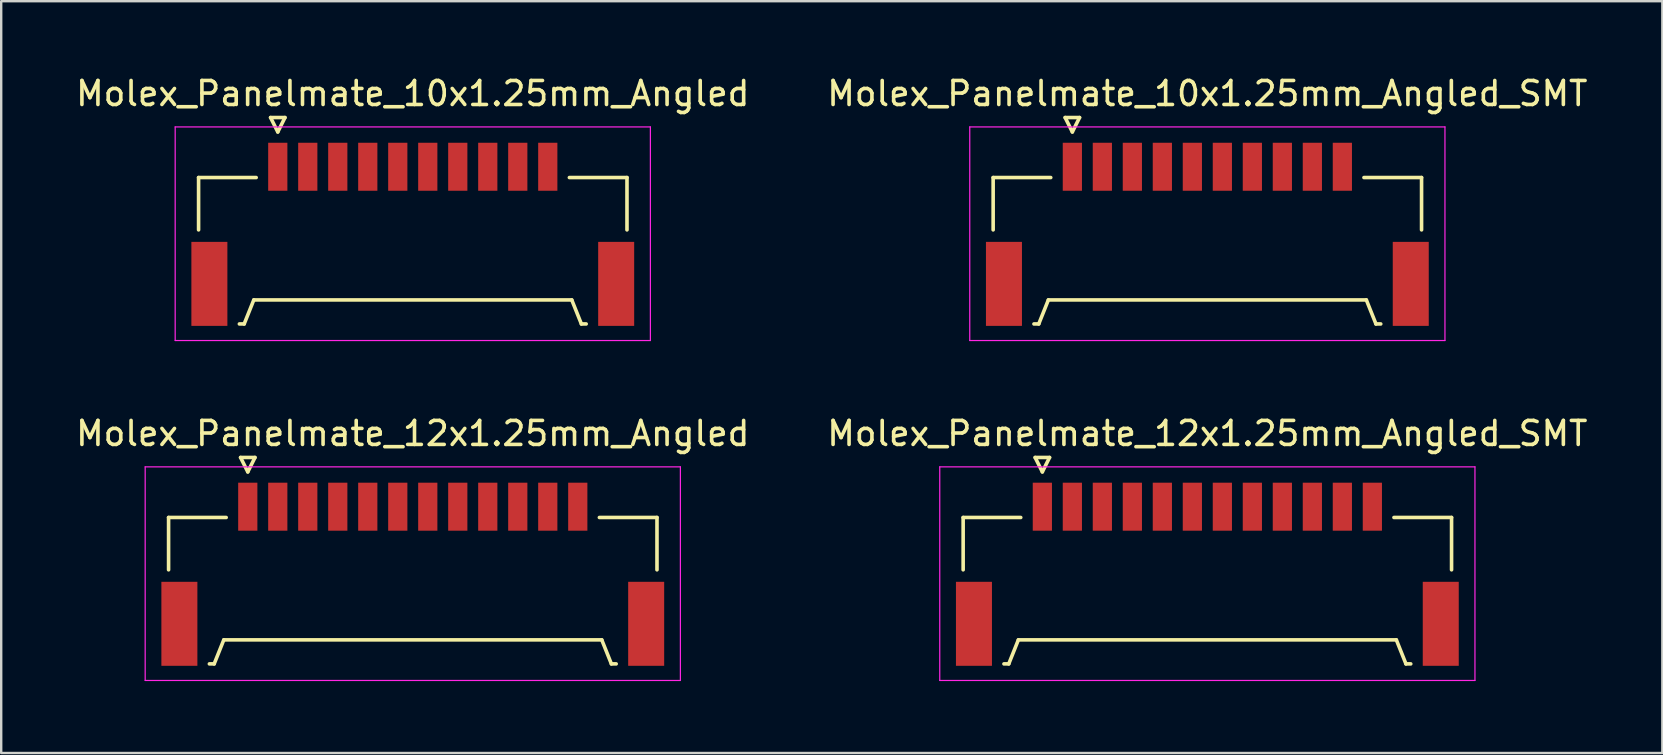
<source format=kicad_pcb>
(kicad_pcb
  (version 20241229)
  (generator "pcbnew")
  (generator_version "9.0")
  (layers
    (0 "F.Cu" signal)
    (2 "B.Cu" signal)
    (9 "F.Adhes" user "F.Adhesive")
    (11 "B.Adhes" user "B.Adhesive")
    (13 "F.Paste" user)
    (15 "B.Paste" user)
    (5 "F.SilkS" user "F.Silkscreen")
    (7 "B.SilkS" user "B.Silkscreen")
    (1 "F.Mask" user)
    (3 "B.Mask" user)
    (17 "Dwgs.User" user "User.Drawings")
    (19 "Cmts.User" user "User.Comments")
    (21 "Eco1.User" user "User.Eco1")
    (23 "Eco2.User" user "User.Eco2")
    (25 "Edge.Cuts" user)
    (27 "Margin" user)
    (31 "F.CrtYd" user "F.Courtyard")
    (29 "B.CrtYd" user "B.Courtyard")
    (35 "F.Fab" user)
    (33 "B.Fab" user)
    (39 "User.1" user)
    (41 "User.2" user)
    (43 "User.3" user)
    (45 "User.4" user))
  (footprint "Molex_Panelmate_10x1.25mm_Angled"
    (layer "F.Cu")
    (at 14.149 6.338)
    (property "Reference" "Molex_Panelmate_10x1.25mm_Angled" (at 0 -5.49 0) (layer "F.SilkS") (effects (font (size 1 1) (thickness 0.15))))
    (attr smd)
    (fp_line (start -8.925 -1.99) (end -8.925 0.19) (stroke (width 0.15) (type solid)) (layer "F.SilkS"))
    (fp_line (start -7.225 4.11) (end -7.025 4.11) (stroke (width 0.15) (type solid)) (layer "F.SilkS"))
    (fp_line (start -7.025 4.11) (end -6.625 3.11) (stroke (width 0.15) (type solid)) (layer "F.SilkS"))
    (fp_line (start -6.625 3.11) (end 6.625 3.11) (stroke (width 0.15) (type solid)) (layer "F.SilkS"))
    (fp_line (start -6.525 -1.99) (end -8.925 -1.99) (stroke (width 0.15) (type solid)) (layer "F.SilkS"))
    (fp_line (start -5.925 -4.49) (end -5.625 -3.89) (stroke (width 0.15) (type solid)) (layer "F.SilkS"))
    (fp_line (start -5.625 -3.89) (end -5.325 -4.49) (stroke (width 0.15) (type solid)) (layer "F.SilkS"))
    (fp_line (start -5.325 -4.49) (end -5.925 -4.49) (stroke (width 0.15) (type solid)) (layer "F.SilkS"))
    (fp_line (start 6.525 -1.99) (end 8.925 -1.99) (stroke (width 0.15) (type solid)) (layer "F.SilkS"))
    (fp_line (start 6.625 3.11) (end 7.025 4.11) (stroke (width 0.15) (type solid)) (layer "F.SilkS"))
    (fp_line (start 7.025 4.11) (end 7.225 4.11) (stroke (width 0.15) (type solid)) (layer "F.SilkS"))
    (fp_line (start 8.925 -1.99) (end 8.925 0.19) (stroke (width 0.15) (type solid)) (layer "F.SilkS"))
    (fp_line (start -9.9 -4.1) (end -9.9 4.8) (stroke (width 0.05) (type solid)) (layer "F.CrtYd"))
    (fp_line (start -9.9 4.8) (end 9.9 4.8) (stroke (width 0.05) (type solid)) (layer "F.CrtYd"))
    (fp_line (start 9.9 -4.1) (end -9.9 -4.1) (stroke (width 0.05) (type solid)) (layer "F.CrtYd"))
    (fp_line (start 9.9 4.8) (end 9.9 -4.1) (stroke (width 0.05) (type solid)) (layer "F.CrtYd"))
    (pad "" smd rect (at -8.475 2.44) (size 1.5 3.5) (layers "F.Cu" "F.Mask" "F.Paste"))
    (pad "" smd rect (at 8.475 2.44) (size 1.5 3.5) (layers "F.Cu" "F.Mask" "F.Paste"))
    (pad "1" smd rect (at -5.625 -2.44) (size 0.8 2) (layers "F.Cu" "F.Mask" "F.Paste"))
    (pad "2" smd rect (at -4.375 -2.44) (size 0.8 2) (layers "F.Cu" "F.Mask" "F.Paste"))
    (pad "3" smd rect (at -3.125 -2.44) (size 0.8 2) (layers "F.Cu" "F.Mask" "F.Paste"))
    (pad "4" smd rect (at -1.875 -2.44) (size 0.8 2) (layers "F.Cu" "F.Mask" "F.Paste"))
    (pad "5" smd rect (at -0.625 -2.44) (size 0.8 2) (layers "F.Cu" "F.Mask" "F.Paste"))
    (pad "6" smd rect (at 0.625 -2.44) (size 0.8 2) (layers "F.Cu" "F.Mask" "F.Paste"))
    (pad "7" smd rect (at 1.875 -2.44) (size 0.8 2) (layers "F.Cu" "F.Mask" "F.Paste"))
    (pad "8" smd rect (at 3.125 -2.44) (size 0.8 2) (layers "F.Cu" "F.Mask" "F.Paste"))
    (pad "9" smd rect (at 4.375 -2.44) (size 0.8 2) (layers "F.Cu" "F.Mask" "F.Paste"))
    (pad "10" smd rect (at 5.625 -2.44) (size 0.8 2) (layers "F.Cu" "F.Mask" "F.Paste")))
  (footprint "Molex_Panelmate_12x1.25mm_Angled_SMT"
    (layer "F.Cu")
    (at 47.256 20.502)
    (property "Reference" "Molex_Panelmate_12x1.25mm_Angled_SMT" (at 0 -5.49 0) (layer "F.SilkS") (effects (font (size 1 1) (thickness 0.15))))
    (attr smd)
    (fp_line (start -10.175 -1.99) (end -10.175 0.19) (stroke (width 0.15) (type solid)) (layer "F.SilkS"))
    (fp_line (start -8.475 4.11) (end -8.275 4.11) (stroke (width 0.15) (type solid)) (layer "F.SilkS"))
    (fp_line (start -8.275 4.11) (end -7.875 3.11) (stroke (width 0.15) (type solid)) (layer "F.SilkS"))
    (fp_line (start -7.875 3.11) (end 7.875 3.11) (stroke (width 0.15) (type solid)) (layer "F.SilkS"))
    (fp_line (start -7.775 -1.99) (end -10.175 -1.99) (stroke (width 0.15) (type solid)) (layer "F.SilkS"))
    (fp_line (start -7.175 -4.49) (end -6.875 -3.89) (stroke (width 0.15) (type solid)) (layer "F.SilkS"))
    (fp_line (start -6.875 -3.89) (end -6.575 -4.49) (stroke (width 0.15) (type solid)) (layer "F.SilkS"))
    (fp_line (start -6.575 -4.49) (end -7.175 -4.49) (stroke (width 0.15) (type solid)) (layer "F.SilkS"))
    (fp_line (start 7.775 -1.99) (end 10.175 -1.99) (stroke (width 0.15) (type solid)) (layer "F.SilkS"))
    (fp_line (start 7.875 3.11) (end 8.275 4.11) (stroke (width 0.15) (type solid)) (layer "F.SilkS"))
    (fp_line (start 8.275 4.11) (end 8.475 4.11) (stroke (width 0.15) (type solid)) (layer "F.SilkS"))
    (fp_line (start 10.175 -1.99) (end 10.175 0.19) (stroke (width 0.15) (type solid)) (layer "F.SilkS"))
    (fp_line (start -11.15 -4.1) (end -11.15 4.8) (stroke (width 0.05) (type solid)) (layer "F.CrtYd"))
    (fp_line (start -11.15 4.8) (end 11.15 4.8) (stroke (width 0.05) (type solid)) (layer "F.CrtYd"))
    (fp_line (start 11.15 -4.1) (end -11.15 -4.1) (stroke (width 0.05) (type solid)) (layer "F.CrtYd"))
    (fp_line (start 11.15 4.8) (end 11.15 -4.1) (stroke (width 0.05) (type solid)) (layer "F.CrtYd"))
    (pad "" smd rect (at -9.725 2.44) (size 1.5 3.5) (layers "F.Cu" "F.Mask" "F.Paste"))
    (pad "" smd rect (at 9.725 2.44) (size 1.5 3.5) (layers "F.Cu" "F.Mask" "F.Paste"))
    (pad "1" smd rect (at -6.875 -2.44) (size 0.8 2) (layers "F.Cu" "F.Mask" "F.Paste"))
    (pad "2" smd rect (at -5.625 -2.44) (size 0.8 2) (layers "F.Cu" "F.Mask" "F.Paste"))
    (pad "3" smd rect (at -4.375 -2.44) (size 0.8 2) (layers "F.Cu" "F.Mask" "F.Paste"))
    (pad "4" smd rect (at -3.125 -2.44) (size 0.8 2) (layers "F.Cu" "F.Mask" "F.Paste"))
    (pad "5" smd rect (at -1.875 -2.44) (size 0.8 2) (layers "F.Cu" "F.Mask" "F.Paste"))
    (pad "6" smd rect (at -0.625 -2.44) (size 0.8 2) (layers "F.Cu" "F.Mask" "F.Paste"))
    (pad "7" smd rect (at 0.625 -2.44) (size 0.8 2) (layers "F.Cu" "F.Mask" "F.Paste"))
    (pad "8" smd rect (at 1.875 -2.44) (size 0.8 2) (layers "F.Cu" "F.Mask" "F.Paste"))
    (pad "9" smd rect (at 3.125 -2.44) (size 0.8 2) (layers "F.Cu" "F.Mask" "F.Paste"))
    (pad "10" smd rect (at 4.375 -2.44) (size 0.8 2) (layers "F.Cu" "F.Mask" "F.Paste"))
    (pad "11" smd rect (at 5.625 -2.44) (size 0.8 2) (layers "F.Cu" "F.Mask" "F.Paste"))
    (pad "12" smd rect (at 6.875 -2.44) (size 0.8 2) (layers "F.Cu" "F.Mask" "F.Paste")))
  (footprint "Molex_Panelmate_12x1.25mm_Angled"
    (layer "F.Cu")
    (at 14.149 20.502)
    (property "Reference" "Molex_Panelmate_12x1.25mm_Angled" (at 0 -5.49 0) (layer "F.SilkS") (effects (font (size 1 1) (thickness 0.15))))
    (attr smd)
    (fp_line (start -10.175 -1.99) (end -10.175 0.19) (stroke (width 0.15) (type solid)) (layer "F.SilkS"))
    (fp_line (start -8.475 4.11) (end -8.275 4.11) (stroke (width 0.15) (type solid)) (layer "F.SilkS"))
    (fp_line (start -8.275 4.11) (end -7.875 3.11) (stroke (width 0.15) (type solid)) (layer "F.SilkS"))
    (fp_line (start -7.875 3.11) (end 7.875 3.11) (stroke (width 0.15) (type solid)) (layer "F.SilkS"))
    (fp_line (start -7.775 -1.99) (end -10.175 -1.99) (stroke (width 0.15) (type solid)) (layer "F.SilkS"))
    (fp_line (start -7.175 -4.49) (end -6.875 -3.89) (stroke (width 0.15) (type solid)) (layer "F.SilkS"))
    (fp_line (start -6.875 -3.89) (end -6.575 -4.49) (stroke (width 0.15) (type solid)) (layer "F.SilkS"))
    (fp_line (start -6.575 -4.49) (end -7.175 -4.49) (stroke (width 0.15) (type solid)) (layer "F.SilkS"))
    (fp_line (start 7.775 -1.99) (end 10.175 -1.99) (stroke (width 0.15) (type solid)) (layer "F.SilkS"))
    (fp_line (start 7.875 3.11) (end 8.275 4.11) (stroke (width 0.15) (type solid)) (layer "F.SilkS"))
    (fp_line (start 8.275 4.11) (end 8.475 4.11) (stroke (width 0.15) (type solid)) (layer "F.SilkS"))
    (fp_line (start 10.175 -1.99) (end 10.175 0.19) (stroke (width 0.15) (type solid)) (layer "F.SilkS"))
    (fp_line (start -11.15 -4.1) (end -11.15 4.8) (stroke (width 0.05) (type solid)) (layer "F.CrtYd"))
    (fp_line (start -11.15 4.8) (end 11.15 4.8) (stroke (width 0.05) (type solid)) (layer "F.CrtYd"))
    (fp_line (start 11.15 -4.1) (end -11.15 -4.1) (stroke (width 0.05) (type solid)) (layer "F.CrtYd"))
    (fp_line (start 11.15 4.8) (end 11.15 -4.1) (stroke (width 0.05) (type solid)) (layer "F.CrtYd"))
    (pad "" smd rect (at -9.725 2.44) (size 1.5 3.5) (layers "F.Cu" "F.Mask" "F.Paste"))
    (pad "" smd rect (at 9.725 2.44) (size 1.5 3.5) (layers "F.Cu" "F.Mask" "F.Paste"))
    (pad "1" smd rect (at -6.875 -2.44) (size 0.8 2) (layers "F.Cu" "F.Mask" "F.Paste"))
    (pad "2" smd rect (at -5.625 -2.44) (size 0.8 2) (layers "F.Cu" "F.Mask" "F.Paste"))
    (pad "3" smd rect (at -4.375 -2.44) (size 0.8 2) (layers "F.Cu" "F.Mask" "F.Paste"))
    (pad "4" smd rect (at -3.125 -2.44) (size 0.8 2) (layers "F.Cu" "F.Mask" "F.Paste"))
    (pad "5" smd rect (at -1.875 -2.44) (size 0.8 2) (layers "F.Cu" "F.Mask" "F.Paste"))
    (pad "6" smd rect (at -0.625 -2.44) (size 0.8 2) (layers "F.Cu" "F.Mask" "F.Paste"))
    (pad "7" smd rect (at 0.625 -2.44) (size 0.8 2) (layers "F.Cu" "F.Mask" "F.Paste"))
    (pad "8" smd rect (at 1.875 -2.44) (size 0.8 2) (layers "F.Cu" "F.Mask" "F.Paste"))
    (pad "9" smd rect (at 3.125 -2.44) (size 0.8 2) (layers "F.Cu" "F.Mask" "F.Paste"))
    (pad "10" smd rect (at 4.375 -2.44) (size 0.8 2) (layers "F.Cu" "F.Mask" "F.Paste"))
    (pad "11" smd rect (at 5.625 -2.44) (size 0.8 2) (layers "F.Cu" "F.Mask" "F.Paste"))
    (pad "12" smd rect (at 6.875 -2.44) (size 0.8 2) (layers "F.Cu" "F.Mask" "F.Paste")))
  (footprint "Molex_Panelmate_10x1.25mm_Angled_SMT"
    (layer "F.Cu")
    (at 47.256 6.338)
    (property "Reference" "Molex_Panelmate_10x1.25mm_Angled_SMT" (at 0 -5.49 0) (layer "F.SilkS") (effects (font (size 1 1) (thickness 0.15))))
    (attr smd)
    (fp_line (start -8.925 -1.99) (end -8.925 0.19) (stroke (width 0.15) (type solid)) (layer "F.SilkS"))
    (fp_line (start -7.225 4.11) (end -7.025 4.11) (stroke (width 0.15) (type solid)) (layer "F.SilkS"))
    (fp_line (start -7.025 4.11) (end -6.625 3.11) (stroke (width 0.15) (type solid)) (layer "F.SilkS"))
    (fp_line (start -6.625 3.11) (end 6.625 3.11) (stroke (width 0.15) (type solid)) (layer "F.SilkS"))
    (fp_line (start -6.525 -1.99) (end -8.925 -1.99) (stroke (width 0.15) (type solid)) (layer "F.SilkS"))
    (fp_line (start -5.925 -4.49) (end -5.625 -3.89) (stroke (width 0.15) (type solid)) (layer "F.SilkS"))
    (fp_line (start -5.625 -3.89) (end -5.325 -4.49) (stroke (width 0.15) (type solid)) (layer "F.SilkS"))
    (fp_line (start -5.325 -4.49) (end -5.925 -4.49) (stroke (width 0.15) (type solid)) (layer "F.SilkS"))
    (fp_line (start 6.525 -1.99) (end 8.925 -1.99) (stroke (width 0.15) (type solid)) (layer "F.SilkS"))
    (fp_line (start 6.625 3.11) (end 7.025 4.11) (stroke (width 0.15) (type solid)) (layer "F.SilkS"))
    (fp_line (start 7.025 4.11) (end 7.225 4.11) (stroke (width 0.15) (type solid)) (layer "F.SilkS"))
    (fp_line (start 8.925 -1.99) (end 8.925 0.19) (stroke (width 0.15) (type solid)) (layer "F.SilkS"))
    (fp_line (start -9.9 -4.1) (end -9.9 4.8) (stroke (width 0.05) (type solid)) (layer "F.CrtYd"))
    (fp_line (start -9.9 4.8) (end 9.9 4.8) (stroke (width 0.05) (type solid)) (layer "F.CrtYd"))
    (fp_line (start 9.9 -4.1) (end -9.9 -4.1) (stroke (width 0.05) (type solid)) (layer "F.CrtYd"))
    (fp_line (start 9.9 4.8) (end 9.9 -4.1) (stroke (width 0.05) (type solid)) (layer "F.CrtYd"))
    (pad "" smd rect (at -8.475 2.44) (size 1.5 3.5) (layers "F.Cu" "F.Mask" "F.Paste"))
    (pad "" smd rect (at 8.475 2.44) (size 1.5 3.5) (layers "F.Cu" "F.Mask" "F.Paste"))
    (pad "1" smd rect (at -5.625 -2.44) (size 0.8 2) (layers "F.Cu" "F.Mask" "F.Paste"))
    (pad "2" smd rect (at -4.375 -2.44) (size 0.8 2) (layers "F.Cu" "F.Mask" "F.Paste"))
    (pad "3" smd rect (at -3.125 -2.44) (size 0.8 2) (layers "F.Cu" "F.Mask" "F.Paste"))
    (pad "4" smd rect (at -1.875 -2.44) (size 0.8 2) (layers "F.Cu" "F.Mask" "F.Paste"))
    (pad "5" smd rect (at -0.625 -2.44) (size 0.8 2) (layers "F.Cu" "F.Mask" "F.Paste"))
    (pad "6" smd rect (at 0.625 -2.44) (size 0.8 2) (layers "F.Cu" "F.Mask" "F.Paste"))
    (pad "7" smd rect (at 1.875 -2.44) (size 0.8 2) (layers "F.Cu" "F.Mask" "F.Paste"))
    (pad "8" smd rect (at 3.125 -2.44) (size 0.8 2) (layers "F.Cu" "F.Mask" "F.Paste"))
    (pad "9" smd rect (at 4.375 -2.44) (size 0.8 2) (layers "F.Cu" "F.Mask" "F.Paste"))
    (pad "10" smd rect (at 5.625 -2.44) (size 0.8 2) (layers "F.Cu" "F.Mask" "F.Paste")))
  (gr_rect
    (start -3 -3)
    (end 66.214 28.326)
    (stroke (width 0.1) (type default))
    (fill no)
    (layer "Edge.Cuts")))
</source>
